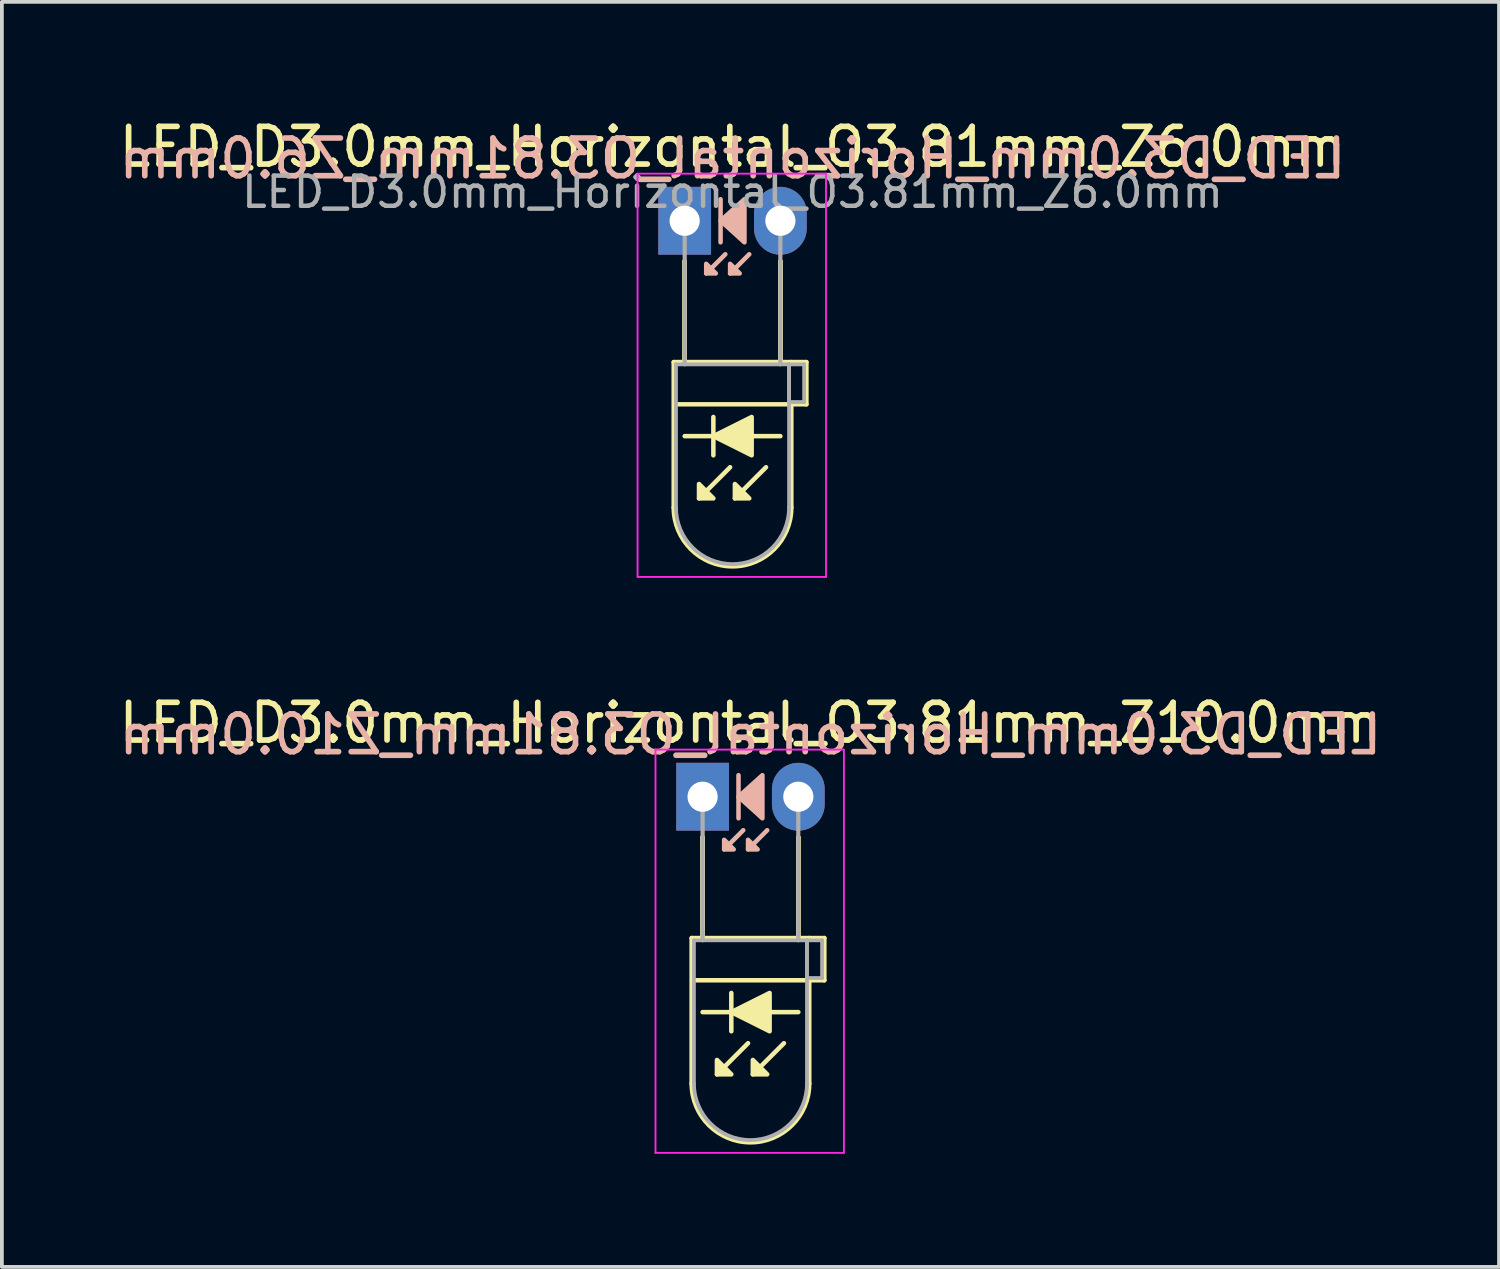
<source format=kicad_pcb>
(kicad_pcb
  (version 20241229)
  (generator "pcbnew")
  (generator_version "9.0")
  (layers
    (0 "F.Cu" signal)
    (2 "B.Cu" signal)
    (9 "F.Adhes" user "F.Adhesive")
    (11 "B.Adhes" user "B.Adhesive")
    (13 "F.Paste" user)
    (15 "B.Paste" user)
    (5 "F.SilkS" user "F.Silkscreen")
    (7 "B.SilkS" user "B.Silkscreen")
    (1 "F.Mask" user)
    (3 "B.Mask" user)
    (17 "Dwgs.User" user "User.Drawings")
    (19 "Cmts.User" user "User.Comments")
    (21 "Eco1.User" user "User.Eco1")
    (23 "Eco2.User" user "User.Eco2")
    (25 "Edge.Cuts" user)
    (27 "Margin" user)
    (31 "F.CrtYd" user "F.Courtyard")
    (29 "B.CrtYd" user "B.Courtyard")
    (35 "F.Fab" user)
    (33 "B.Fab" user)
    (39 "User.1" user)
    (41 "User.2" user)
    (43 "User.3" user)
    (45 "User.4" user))
  (footprint "LED_D3.0mm_Horizontal_O3.81mm_Z10.0mm"
    (layer "F.Cu")
    (at 15.593 18.091)
    (property "Reference" "LED_D3.0mm_Horizontal_O3.81mm_Z10.0mm" (at 1.27 -1.96 0) (layer "F.SilkS") (effects (font (size 1 1) (thickness 0.15))))
    (fp_line (start -0.29 3.75) (end -0.29 7.61) (stroke (width 0.12) (type solid)) (layer "F.SilkS"))
    (fp_line (start -0.29 3.75) (end 2.83 3.75) (stroke (width 0.12) (type solid)) (layer "F.SilkS"))
    (fp_line (start 0 1.08) (end 0 1.08) (stroke (width 0.12) (type solid)) (layer "F.SilkS"))
    (fp_line (start 0 1.08) (end 0 3.75) (stroke (width 0.12) (type solid)) (layer "F.SilkS"))
    (fp_line (start 0 3.75) (end 0 1.08) (stroke (width 0.12) (type solid)) (layer "F.SilkS"))
    (fp_line (start 0 3.75) (end 0 3.75) (stroke (width 0.12) (type solid)) (layer "F.SilkS"))
    (fp_line (start 0.762 5.207) (end 0.762 6.223) (stroke (width 0.12) (type solid)) (layer "F.SilkS"))
    (fp_line (start 1.206 6.54) (end 0.381 7.366) (stroke (width 0.12) (type solid)) (layer "F.SilkS"))
    (fp_line (start 2.159 6.54) (end 1.333 7.366) (stroke (width 0.12) (type solid)) (layer "F.SilkS"))
    (fp_line (start 2.54 1.08) (end 2.54 1.08) (stroke (width 0.12) (type solid)) (layer "F.SilkS"))
    (fp_line (start 2.54 1.08) (end 2.54 3.75) (stroke (width 0.12) (type solid)) (layer "F.SilkS"))
    (fp_line (start 2.54 3.75) (end 2.54 1.08) (stroke (width 0.12) (type solid)) (layer "F.SilkS"))
    (fp_line (start 2.54 3.75) (end 2.54 3.75) (stroke (width 0.12) (type solid)) (layer "F.SilkS"))
    (fp_line (start 2.54 5.715) (end 0 5.715) (stroke (width 0.12) (type solid)) (layer "F.SilkS"))
    (fp_line (start 2.83 3.75) (end 3.23 3.75) (stroke (width 0.12) (type solid)) (layer "F.SilkS"))
    (fp_line (start 2.83 4.87) (end 2.83 7.61) (stroke (width 0.12) (type solid)) (layer "F.SilkS"))
    (fp_line (start 3.23 3.75) (end 3.23 4.87) (stroke (width 0.12) (type solid)) (layer "F.SilkS"))
    (fp_line (start 3.23 4.87) (end -0.254 4.87) (stroke (width 0.12) (type solid)) (layer "F.SilkS"))
    (fp_arc (start 2.83 7.61) (mid 1.27 9.17) (end -0.29 7.61) (stroke (width 0.12) (type solid)) (layer "F.SilkS"))
    (fp_poly (pts (xy 0.381 6.985) (xy 0.762 7.366) (xy 0.381 7.366)) (stroke (width 0.12) (type solid)) (fill yes) (layer "F.SilkS"))
    (fp_poly (pts (xy 1.333 6.985) (xy 1.714 7.366) (xy 1.333 7.366)) (stroke (width 0.12) (type solid)) (fill yes) (layer "F.SilkS"))
    (fp_poly (pts (xy 1.778 6.223) (xy 0.762 5.715) (xy 1.778 5.207)) (stroke (width 0.12) (type solid)) (fill yes) (layer "F.SilkS"))
    (fp_line (start 0.953 -0.572) (end 0.953 0.572) (stroke (width 0.12) (type solid)) (layer "B.SilkS"))
    (fp_line (start 1.079 0.889) (end 0.572 1.397) (stroke (width 0.12) (type solid)) (layer "B.SilkS"))
    (fp_line (start 1.714 0.889) (end 1.206 1.397) (stroke (width 0.12) (type solid)) (layer "B.SilkS"))
    (fp_poly (pts (xy 0.572 1.143) (xy 0.826 1.397) (xy 0.572 1.397)) (stroke (width 0.12) (type solid)) (fill yes) (layer "B.SilkS"))
    (fp_poly (pts (xy 1.206 1.143) (xy 1.46 1.397) (xy 1.206 1.397)) (stroke (width 0.12) (type solid)) (fill yes) (layer "B.SilkS"))
    (fp_poly (pts (xy 1.587 0.572) (xy 0.953 0) (xy 1.587 -0.572)) (stroke (width 0.12) (type solid)) (fill yes) (layer "B.SilkS"))
    (fp_line (start -1.25 -1.25) (end -1.25 9.45) (stroke (width 0.05) (type solid)) (layer "F.CrtYd"))
    (fp_line (start -1.25 9.45) (end 3.75 9.45) (stroke (width 0.05) (type solid)) (layer "F.CrtYd"))
    (fp_line (start 3.75 -1.25) (end -1.25 -1.25) (stroke (width 0.05) (type solid)) (layer "F.CrtYd"))
    (fp_line (start 3.75 9.45) (end 3.75 -1.25) (stroke (width 0.05) (type solid)) (layer "F.CrtYd"))
    (fp_line (start -0.23 3.81) (end -0.23 7.61) (stroke (width 0.1) (type solid)) (layer "F.Fab"))
    (fp_line (start -0.23 3.81) (end 2.77 3.81) (stroke (width 0.1) (type solid)) (layer "F.Fab"))
    (fp_line (start 0 0) (end 0 0) (stroke (width 0.1) (type solid)) (layer "F.Fab"))
    (fp_line (start 0 0) (end 0 3.81) (stroke (width 0.1) (type solid)) (layer "F.Fab"))
    (fp_line (start 0 3.81) (end 0 0) (stroke (width 0.1) (type solid)) (layer "F.Fab"))
    (fp_line (start 0 3.81) (end 0 3.81) (stroke (width 0.1) (type solid)) (layer "F.Fab"))
    (fp_line (start 2.54 0) (end 2.54 0) (stroke (width 0.1) (type solid)) (layer "F.Fab"))
    (fp_line (start 2.54 0) (end 2.54 3.81) (stroke (width 0.1) (type solid)) (layer "F.Fab"))
    (fp_line (start 2.54 3.81) (end 2.54 0) (stroke (width 0.1) (type solid)) (layer "F.Fab"))
    (fp_line (start 2.54 3.81) (end 2.54 3.81) (stroke (width 0.1) (type solid)) (layer "F.Fab"))
    (fp_line (start 2.77 3.81) (end 2.77 7.61) (stroke (width 0.1) (type solid)) (layer "F.Fab"))
    (fp_line (start 2.77 3.81) (end 3.17 3.81) (stroke (width 0.1) (type solid)) (layer "F.Fab"))
    (fp_line (start 2.77 4.81) (end 2.77 3.81) (stroke (width 0.1) (type solid)) (layer "F.Fab"))
    (fp_line (start 3.17 3.81) (end 3.17 4.81) (stroke (width 0.1) (type solid)) (layer "F.Fab"))
    (fp_line (start 3.17 4.81) (end 2.77 4.81) (stroke (width 0.1) (type solid)) (layer "F.Fab"))
    (fp_arc (start 2.77 7.61) (mid 1.27 9.11) (end -0.23 7.61) (stroke (width 0.1) (type solid)) (layer "F.Fab"))
    (fp_text user "${REFERENCE}" (at 1.27 -1.651 0) (layer "B.SilkS") (effects (font (size 1 1) (thickness 0.15)) (justify mirror)))
    (pad "1" thru_hole rect (at 0 0) (size 1.4 1.8) (drill 0.8) (layers "*.Cu" "*.Mask"))
    (pad "2" thru_hole oval (at 2.54 0) (size 1.4 1.8) (drill 0.8) (layers "*.Cu" "*.Mask")))
  (footprint "LED_D3.0mm_Horizontal_O3.81mm_Z6.0mm"
    (layer "F.Cu")
    (at 15.117 2.808)
    (property "Reference" "LED_D3.0mm_Horizontal_O3.81mm_Z6.0mm" (at 1.27 -1.96 0) (layer "F.SilkS") (effects (font (size 1 1) (thickness 0.15))))
    (fp_line (start -0.29 3.75) (end -0.29 7.61) (stroke (width 0.12) (type solid)) (layer "F.SilkS"))
    (fp_line (start -0.29 3.75) (end 2.83 3.75) (stroke (width 0.12) (type solid)) (layer "F.SilkS"))
    (fp_line (start 0 1.08) (end 0 1.08) (stroke (width 0.12) (type solid)) (layer "F.SilkS"))
    (fp_line (start 0 1.08) (end 0 3.75) (stroke (width 0.12) (type solid)) (layer "F.SilkS"))
    (fp_line (start 0 3.75) (end 0 1.08) (stroke (width 0.12) (type solid)) (layer "F.SilkS"))
    (fp_line (start 0 3.75) (end 0 3.75) (stroke (width 0.12) (type solid)) (layer "F.SilkS"))
    (fp_line (start 0.762 5.207) (end 0.762 6.223) (stroke (width 0.12) (type solid)) (layer "F.SilkS"))
    (fp_line (start 1.206 6.54) (end 0.381 7.366) (stroke (width 0.12) (type solid)) (layer "F.SilkS"))
    (fp_line (start 2.159 6.54) (end 1.333 7.366) (stroke (width 0.12) (type solid)) (layer "F.SilkS"))
    (fp_line (start 2.54 1.08) (end 2.54 1.08) (stroke (width 0.12) (type solid)) (layer "F.SilkS"))
    (fp_line (start 2.54 1.08) (end 2.54 3.75) (stroke (width 0.12) (type solid)) (layer "F.SilkS"))
    (fp_line (start 2.54 3.75) (end 2.54 1.08) (stroke (width 0.12) (type solid)) (layer "F.SilkS"))
    (fp_line (start 2.54 3.75) (end 2.54 3.75) (stroke (width 0.12) (type solid)) (layer "F.SilkS"))
    (fp_line (start 2.54 5.715) (end 0 5.715) (stroke (width 0.12) (type solid)) (layer "F.SilkS"))
    (fp_line (start 2.83 3.75) (end 3.23 3.75) (stroke (width 0.12) (type solid)) (layer "F.SilkS"))
    (fp_line (start 2.83 4.87) (end 2.83 7.61) (stroke (width 0.12) (type solid)) (layer "F.SilkS"))
    (fp_line (start 3.23 3.75) (end 3.23 4.87) (stroke (width 0.12) (type solid)) (layer "F.SilkS"))
    (fp_line (start 3.23 4.87) (end -0.254 4.87) (stroke (width 0.12) (type solid)) (layer "F.SilkS"))
    (fp_arc (start 2.83 7.61) (mid 1.27 9.17) (end -0.29 7.61) (stroke (width 0.12) (type solid)) (layer "F.SilkS"))
    (fp_poly (pts (xy 0.381 6.985) (xy 0.762 7.366) (xy 0.381 7.366)) (stroke (width 0.12) (type solid)) (fill yes) (layer "F.SilkS"))
    (fp_poly (pts (xy 1.333 6.985) (xy 1.714 7.366) (xy 1.333 7.366)) (stroke (width 0.12) (type solid)) (fill yes) (layer "F.SilkS"))
    (fp_poly (pts (xy 1.778 6.223) (xy 0.762 5.715) (xy 1.778 5.207)) (stroke (width 0.12) (type solid)) (fill yes) (layer "F.SilkS"))
    (fp_line (start 0.953 -0.572) (end 0.953 0.572) (stroke (width 0.12) (type solid)) (layer "B.SilkS"))
    (fp_line (start 1.079 0.889) (end 0.572 1.397) (stroke (width 0.12) (type solid)) (layer "B.SilkS"))
    (fp_line (start 1.714 0.889) (end 1.206 1.397) (stroke (width 0.12) (type solid)) (layer "B.SilkS"))
    (fp_poly (pts (xy 0.572 1.143) (xy 0.826 1.397) (xy 0.572 1.397)) (stroke (width 0.12) (type solid)) (fill yes) (layer "B.SilkS"))
    (fp_poly (pts (xy 1.206 1.143) (xy 1.46 1.397) (xy 1.206 1.397)) (stroke (width 0.12) (type solid)) (fill yes) (layer "B.SilkS"))
    (fp_poly (pts (xy 1.587 0.572) (xy 0.953 0) (xy 1.587 -0.572)) (stroke (width 0.12) (type solid)) (fill yes) (layer "B.SilkS"))
    (fp_line (start -1.25 -1.25) (end -1.25 9.45) (stroke (width 0.05) (type solid)) (layer "F.CrtYd"))
    (fp_line (start -1.25 9.45) (end 3.75 9.45) (stroke (width 0.05) (type solid)) (layer "F.CrtYd"))
    (fp_line (start 3.75 -1.25) (end -1.25 -1.25) (stroke (width 0.05) (type solid)) (layer "F.CrtYd"))
    (fp_line (start 3.75 9.45) (end 3.75 -1.25) (stroke (width 0.05) (type solid)) (layer "F.CrtYd"))
    (fp_line (start -0.23 3.81) (end -0.23 7.61) (stroke (width 0.1) (type solid)) (layer "F.Fab"))
    (fp_line (start -0.23 3.81) (end 2.77 3.81) (stroke (width 0.1) (type solid)) (layer "F.Fab"))
    (fp_line (start 0 0) (end 0 0) (stroke (width 0.1) (type solid)) (layer "F.Fab"))
    (fp_line (start 0 0) (end 0 3.81) (stroke (width 0.1) (type solid)) (layer "F.Fab"))
    (fp_line (start 0 3.81) (end 0 0) (stroke (width 0.1) (type solid)) (layer "F.Fab"))
    (fp_line (start 0 3.81) (end 0 3.81) (stroke (width 0.1) (type solid)) (layer "F.Fab"))
    (fp_line (start 2.54 0) (end 2.54 0) (stroke (width 0.1) (type solid)) (layer "F.Fab"))
    (fp_line (start 2.54 0) (end 2.54 3.81) (stroke (width 0.1) (type solid)) (layer "F.Fab"))
    (fp_line (start 2.54 3.81) (end 2.54 0) (stroke (width 0.1) (type solid)) (layer "F.Fab"))
    (fp_line (start 2.54 3.81) (end 2.54 3.81) (stroke (width 0.1) (type solid)) (layer "F.Fab"))
    (fp_line (start 2.77 3.81) (end 2.77 7.61) (stroke (width 0.1) (type solid)) (layer "F.Fab"))
    (fp_line (start 2.77 3.81) (end 3.17 3.81) (stroke (width 0.1) (type solid)) (layer "F.Fab"))
    (fp_line (start 2.77 4.81) (end 2.77 3.81) (stroke (width 0.1) (type solid)) (layer "F.Fab"))
    (fp_line (start 3.17 3.81) (end 3.17 4.81) (stroke (width 0.1) (type solid)) (layer "F.Fab"))
    (fp_line (start 3.17 4.81) (end 2.77 4.81) (stroke (width 0.1) (type solid)) (layer "F.Fab"))
    (fp_arc (start 2.77 7.61) (mid 1.27 9.11) (end -0.23 7.61) (stroke (width 0.1) (type solid)) (layer "F.Fab"))
    (fp_text user "${REFERENCE}" (at 1.27 -1.651 0) (layer "B.SilkS") (effects (font (size 1 1) (thickness 0.15)) (justify mirror)))
    (fp_text user "${REFERENCE}" (at 1.27 -0.762 0) (layer "F.Fab") (effects (font (size 0.8 0.8) (thickness 0.12))))
    (pad "1" thru_hole rect (at 0 0) (size 1.4 1.8) (drill 0.8) (layers "*.Cu" "*.Mask"))
    (pad "2" thru_hole oval (at 2.54 0) (size 1.4 1.8) (drill 0.8) (layers "*.Cu" "*.Mask")))
  (gr_rect
    (start -3 -3)
    (end 36.726 30.567)
    (stroke (width 0.1) (type default))
    (fill no)
    (layer "Edge.Cuts")))
</source>
